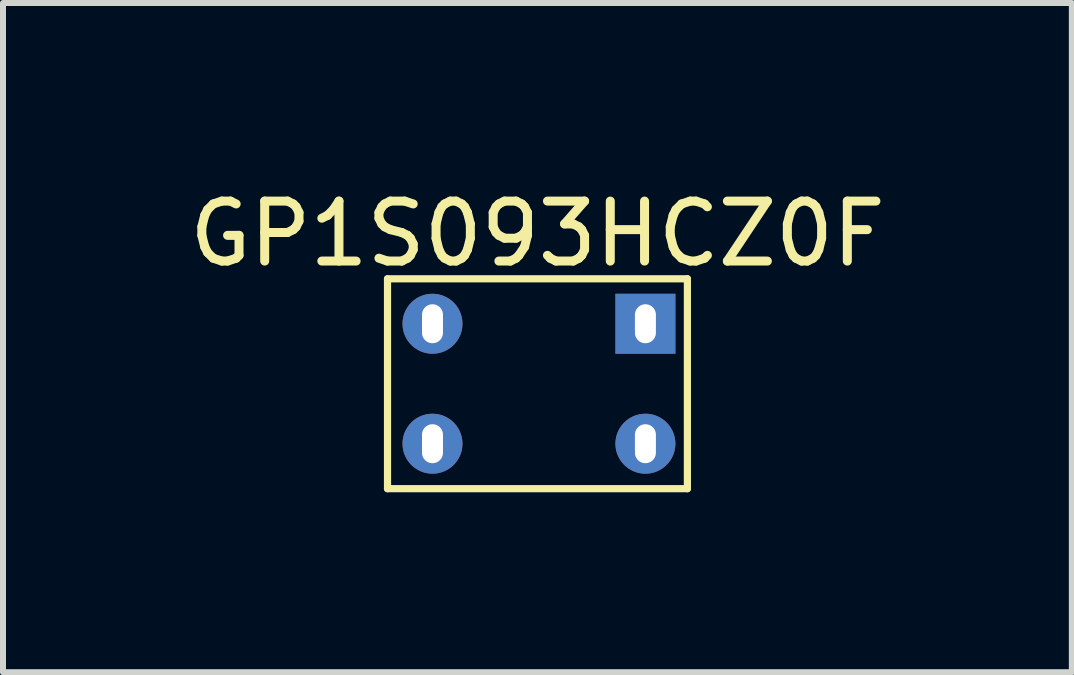
<source format=kicad_pcb>
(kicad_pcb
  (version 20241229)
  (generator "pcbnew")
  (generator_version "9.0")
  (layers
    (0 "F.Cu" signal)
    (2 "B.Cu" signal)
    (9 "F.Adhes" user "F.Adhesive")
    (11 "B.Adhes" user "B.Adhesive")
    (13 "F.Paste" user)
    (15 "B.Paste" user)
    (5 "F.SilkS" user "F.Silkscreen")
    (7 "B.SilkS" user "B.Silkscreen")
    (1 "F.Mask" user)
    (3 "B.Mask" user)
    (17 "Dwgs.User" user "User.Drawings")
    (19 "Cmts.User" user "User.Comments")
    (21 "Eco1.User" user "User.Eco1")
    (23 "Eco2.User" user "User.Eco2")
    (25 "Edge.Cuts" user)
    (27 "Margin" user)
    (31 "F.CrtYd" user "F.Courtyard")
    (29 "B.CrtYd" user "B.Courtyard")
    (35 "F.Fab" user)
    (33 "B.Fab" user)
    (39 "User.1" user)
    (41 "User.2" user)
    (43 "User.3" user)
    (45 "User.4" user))
  (footprint "GP1S093HCZ0F"
    (layer "F.Cu")
    (at 5.911 3.348)
    (property "Reference" "GP1S093HCZ0F" (at 0 -2.5 0) (layer "F.SilkS") (effects (font (size 1 1) (thickness 0.15))))
    (attr through_hole)
    (fp_line (start -2.5 -1.75) (end -2.5 1.75) (stroke (width 0.12) (type solid)) (layer "F.SilkS"))
    (fp_line (start -2.5 1.75) (end 2.5 1.75) (stroke (width 0.12) (type solid)) (layer "F.SilkS"))
    (fp_line (start 2.5 -1.75) (end -2.5 -1.75) (stroke (width 0.12) (type solid)) (layer "F.SilkS"))
    (fp_line (start 2.5 1.75) (end 2.5 -1.75) (stroke (width 0.12) (type solid)) (layer "F.SilkS"))
    (pad "1" thru_hole rect (at 1.8 -1) (size 1 1) (drill oval 0.35 0.65) (layers "*.Cu" "*.Mask"))
    (pad "2" thru_hole circle (at -1.75 -1) (size 1 1) (drill oval 0.35 0.65) (layers "*.Cu" "*.Mask"))
    (pad "3" thru_hole circle (at -1.75 1) (size 1 1) (drill oval 0.35 0.65) (layers "*.Cu" "*.Mask"))
    (pad "4" thru_hole circle (at 1.8 1) (size 1 1) (drill oval 0.35 0.65) (layers "*.Cu" "*.Mask")))
  (gr_rect
    (start -3 -3)
    (end 14.821 8.158)
    (stroke (width 0.1) (type default))
    (fill no)
    (layer "Edge.Cuts")))
</source>
